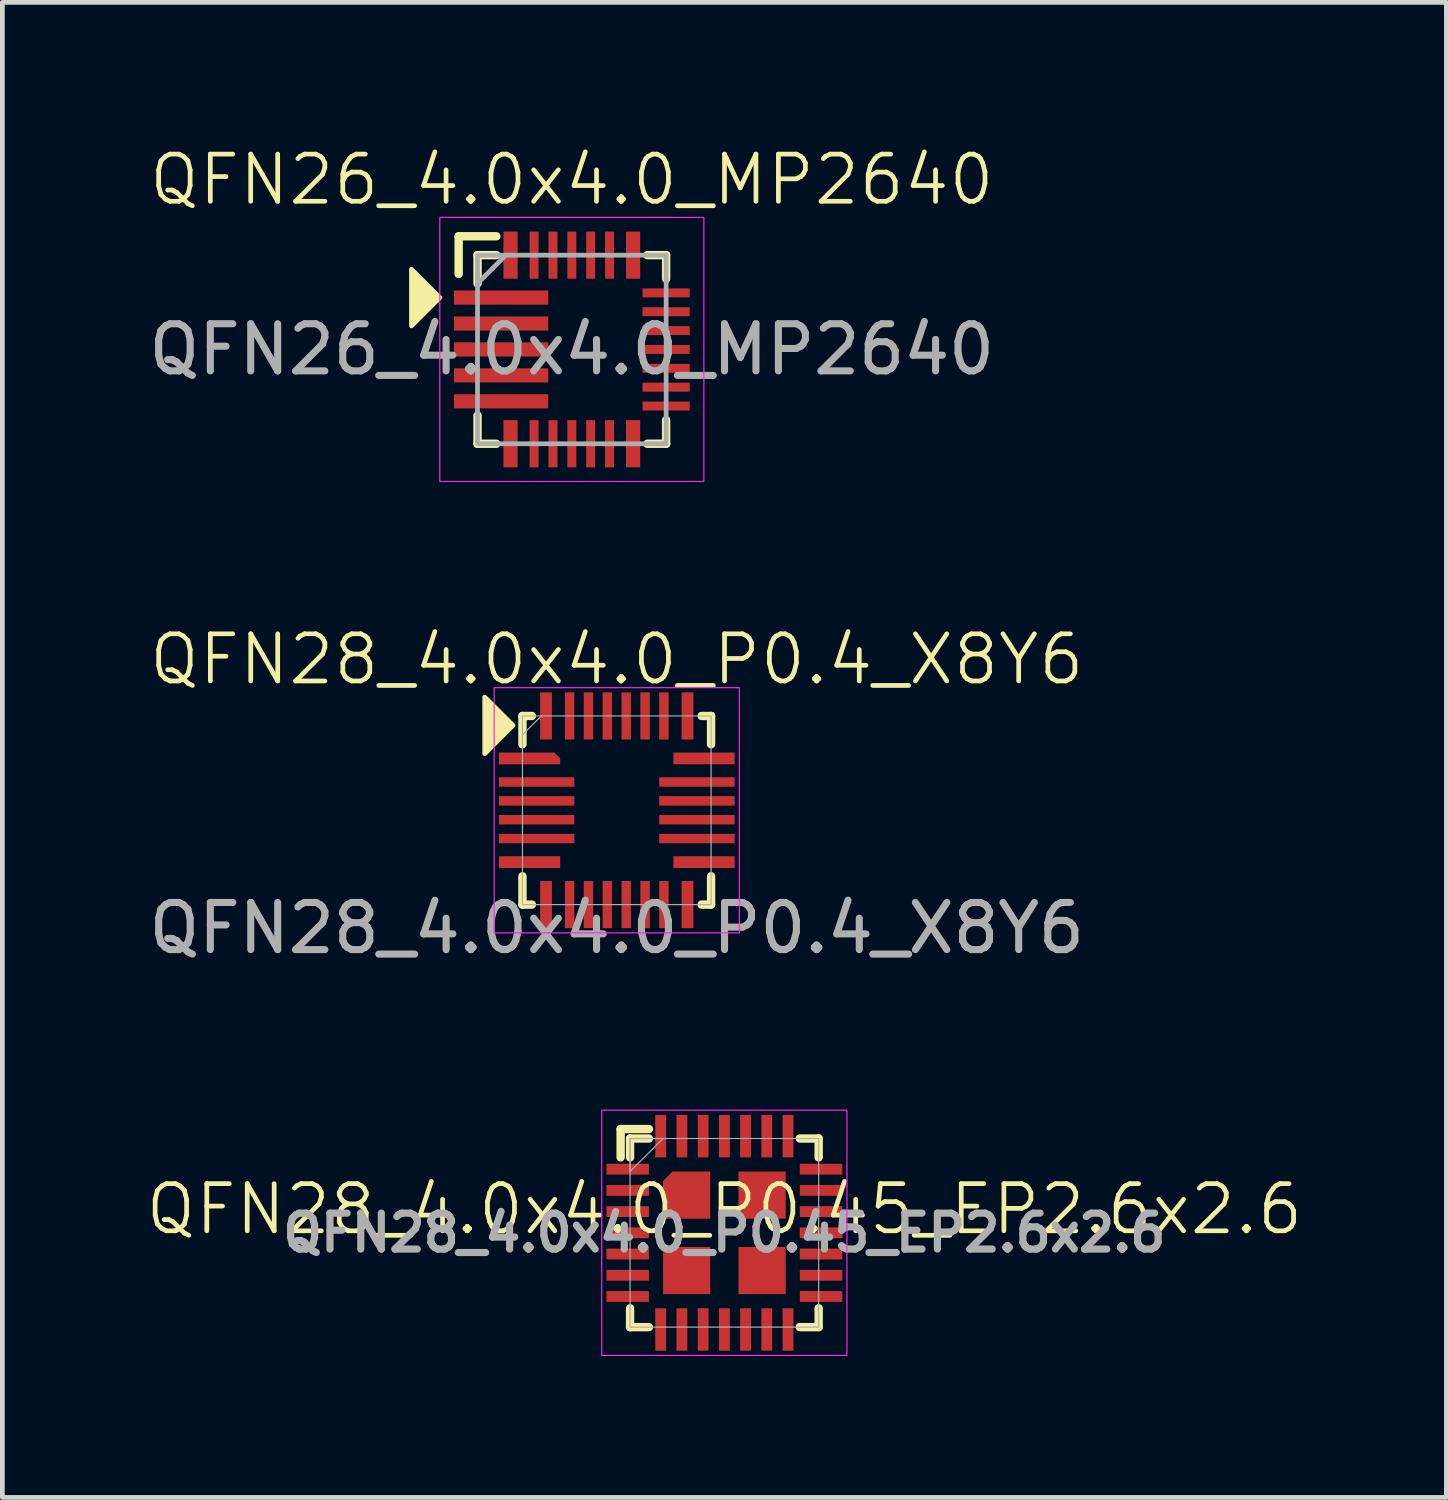
<source format=kicad_pcb>
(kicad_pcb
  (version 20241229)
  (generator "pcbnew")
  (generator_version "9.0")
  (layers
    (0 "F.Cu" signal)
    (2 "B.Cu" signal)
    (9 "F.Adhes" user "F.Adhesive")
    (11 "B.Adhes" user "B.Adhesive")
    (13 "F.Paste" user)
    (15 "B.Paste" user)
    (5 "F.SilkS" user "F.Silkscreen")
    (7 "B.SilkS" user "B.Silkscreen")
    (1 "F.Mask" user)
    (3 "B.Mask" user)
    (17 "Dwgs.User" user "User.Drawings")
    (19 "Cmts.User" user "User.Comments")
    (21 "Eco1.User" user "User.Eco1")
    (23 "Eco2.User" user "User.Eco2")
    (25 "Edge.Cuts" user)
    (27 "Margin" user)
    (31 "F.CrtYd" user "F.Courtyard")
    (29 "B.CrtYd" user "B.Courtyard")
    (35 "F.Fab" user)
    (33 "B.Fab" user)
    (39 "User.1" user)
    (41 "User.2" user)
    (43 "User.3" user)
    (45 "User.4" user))
  (footprint "QFN26_4.0x4.0_MP2640"
    (layer "F.Cu")
    (at 9.077 4.361)
    (property "Reference" "QFN26_4.0x4.0_MP2640" (at 0 -3.6 0) (unlocked yes) (layer "F.SilkS") (effects (font (size 1 1) (thickness 0.1))))
    (attr smd)
    (fp_line (start -2.4 -2.4) (end -1.6 -2.4) (stroke (width 0.178) (type default)) (layer "F.SilkS"))
    (fp_line (start -2.4 -1.6) (end -2.4 -2.4) (stroke (width 0.178) (type default)) (layer "F.SilkS"))
    (fp_line (start -2 -2) (end -1.6 -2) (stroke (width 0.178) (type default)) (layer "F.SilkS"))
    (fp_line (start -2 -1.4) (end -2 -2) (stroke (width 0.178) (type default)) (layer "F.SilkS"))
    (fp_line (start -2 1.4) (end -2 2) (stroke (width 0.178) (type default)) (layer "F.SilkS"))
    (fp_line (start -2 2) (end -1.6 2) (stroke (width 0.178) (type default)) (layer "F.SilkS"))
    (fp_line (start 1.6 -2) (end 2 -2) (stroke (width 0.178) (type default)) (layer "F.SilkS"))
    (fp_line (start 1.6 2) (end 2 2) (stroke (width 0.178) (type default)) (layer "F.SilkS"))
    (fp_line (start 2 -2) (end 2 -1.5) (stroke (width 0.178) (type default)) (layer "F.SilkS"))
    (fp_line (start 2 2) (end 2 1.5) (stroke (width 0.178) (type default)) (layer "F.SilkS"))
    (fp_poly (pts (xy -2.8 -1.1) (xy -3.4 -1.7) (xy -3.4 -0.5)) (stroke (width 0.1) (type solid)) (fill yes) (layer "F.SilkS"))
    (fp_rect (start -2.8 -2.8) (end 2.8 2.8) (stroke (width 0.025) (type default)) (fill no) (layer "F.CrtYd"))
    (fp_line (start -2 -1.4) (end -1.4 -2) (stroke (width 0.1) (type default)) (layer "F.Fab"))
    (fp_rect (start -2 -2) (end 2 2) (stroke (width 0.1) (type default)) (fill no) (layer "F.Fab"))
    (fp_text user "${REFERENCE}" (at 0 0 0) (unlocked yes) (layer "F.Fab") (effects (font (size 1 1) (thickness 0.15))))
    (pad "1" smd rect (at -1.5 -1.1) (size 2 0.3) (layers "F.Cu" "F.Mask" "F.Paste"))
    (pad "2" smd rect (at -1.5 -0.55) (size 2 0.3) (layers "F.Cu" "F.Mask" "F.Paste"))
    (pad "3" smd rect (at -1.5 0) (size 2 0.3) (layers "F.Cu" "F.Mask" "F.Paste"))
    (pad "4" smd rect (at -1.5 0.55) (size 2 0.3) (layers "F.Cu" "F.Mask" "F.Paste"))
    (pad "5" smd rect (at -1.5 1.1) (size 2 0.3) (layers "F.Cu" "F.Mask" "F.Paste"))
    (pad "6" smd rect (at -1.3 2) (size 0.3 1) (layers "F.Cu" "F.Mask" "F.Paste"))
    (pad "7" smd rect (at -0.8 2) (size 0.19 1) (layers "F.Cu" "F.Mask" "F.Paste"))
    (pad "8" smd rect (at -0.4 2) (size 0.19 1) (layers "F.Cu" "F.Mask" "F.Paste"))
    (pad "9" smd rect (at 0 2) (size 0.19 1) (layers "F.Cu" "F.Mask" "F.Paste"))
    (pad "10" smd rect (at 0.4 2) (size 0.19 1) (layers "F.Cu" "F.Mask" "F.Paste"))
    (pad "11" smd rect (at 0.8 2) (size 0.19 1) (layers "F.Cu" "F.Mask" "F.Paste"))
    (pad "12" smd rect (at 1.3 2) (size 0.3 1) (layers "F.Cu" "F.Mask" "F.Paste"))
    (pad "13" smd rect (at 2 1.2) (size 1 0.19) (layers "F.Cu" "F.Mask" "F.Paste"))
    (pad "14" smd rect (at 2 0.8) (size 1 0.19) (layers "F.Cu" "F.Mask" "F.Paste"))
    (pad "15" smd rect (at 2 0.4) (size 1 0.19) (layers "F.Cu" "F.Mask" "F.Paste"))
    (pad "16" smd rect (at 2 0) (size 1 0.19) (layers "F.Cu" "F.Mask" "F.Paste"))
    (pad "17" smd rect (at 2 -0.4) (size 1 0.19) (layers "F.Cu" "F.Mask" "F.Paste"))
    (pad "18" smd rect (at 2 -0.8) (size 1 0.19) (layers "F.Cu" "F.Mask" "F.Paste"))
    (pad "19" smd rect (at 2 -1.2) (size 1 0.19) (layers "F.Cu" "F.Mask" "F.Paste"))
    (pad "20" smd rect (at 1.3 -2) (size 0.3 1) (layers "F.Cu" "F.Mask" "F.Paste"))
    (pad "21" smd rect (at 0.8 -2) (size 0.19 1) (layers "F.Cu" "F.Mask" "F.Paste"))
    (pad "22" smd rect (at 0.4 -2) (size 0.19 1) (layers "F.Cu" "F.Mask" "F.Paste"))
    (pad "23" smd rect (at 0 -2) (size 0.19 1) (layers "F.Cu" "F.Mask" "F.Paste"))
    (pad "24" smd rect (at -0.4 -2) (size 0.19 1) (layers "F.Cu" "F.Mask" "F.Paste"))
    (pad "25" smd rect (at -0.8 -2) (size 0.19 1) (layers "F.Cu" "F.Mask" "F.Paste"))
    (pad "26" smd rect (at -1.3 -2) (size 0.3 1) (layers "F.Cu" "F.Mask" "F.Paste")))
  (footprint "QFN28_4.0x4.0_P0.4_X8Y6"
    (layer "F.Cu")
    (at 10.03 14.134)
    (property "Reference" "QFN28_4.0x4.0_P0.4_X8Y6" (at 0 -3.2 0) (unlocked yes) (layer "F.SilkS") (effects (font (size 1 1) (thickness 0.1))))
    (attr smd)
    (fp_line (start -2 -2) (end -2 -1.4) (stroke (width 0.178) (type default)) (layer "F.SilkS"))
    (fp_line (start -2 1.4) (end -2 2) (stroke (width 0.178) (type default)) (layer "F.SilkS"))
    (fp_line (start -2 2) (end -1.8 2) (stroke (width 0.178) (type default)) (layer "F.SilkS"))
    (fp_line (start -1.8 -2) (end -2 -2) (stroke (width 0.178) (type default)) (layer "F.SilkS"))
    (fp_line (start 1.8 -2) (end 2 -2) (stroke (width 0.178) (type default)) (layer "F.SilkS"))
    (fp_line (start 1.8 2) (end 2 2) (stroke (width 0.178) (type default)) (layer "F.SilkS"))
    (fp_line (start 2 -2) (end 2 -1.4) (stroke (width 0.178) (type default)) (layer "F.SilkS"))
    (fp_line (start 2 2) (end 2 1.4) (stroke (width 0.178) (type default)) (layer "F.SilkS"))
    (fp_poly (pts (xy -2.2 -1.8) (xy -2.8 -2.4) (xy -2.8 -1.2)) (stroke (width 0.1) (type solid)) (fill yes) (layer "F.SilkS"))
    (fp_rect (start -2.6 -2.6) (end 2.6 2.6) (stroke (width 0.025) (type default)) (fill no) (layer "F.CrtYd"))
    (fp_line (start -2 -1.6) (end -1.6 -2) (stroke (width 0.025) (type default)) (layer "F.Fab"))
    (fp_rect (start -2 -2) (end 2 2) (stroke (width 0.025) (type default)) (fill no) (layer "F.Fab"))
    (fp_text user "${REFERENCE}" (at 0 2.5 0) (unlocked yes) (layer "F.Fab") (effects (font (size 1 1) (thickness 0.15))))
    (pad "1" smd roundrect (at -1.85 -1.1) (size 1.3 0.25) (layers "F.Cu" "F.Mask" "F.Paste") (roundrect_rratio 0) (chamfer_ratio 0.5) (chamfer top_right))
    (pad "2" smd rect (at -1.7 -0.6) (size 1.6 0.2) (layers "F.Cu" "F.Mask" "F.Paste"))
    (pad "3" smd rect (at -1.7 -0.2) (size 1.6 0.2) (layers "F.Cu" "F.Mask" "F.Paste"))
    (pad "4" smd rect (at -1.7 0.2) (size 1.6 0.2) (layers "F.Cu" "F.Mask" "F.Paste"))
    (pad "5" smd rect (at -1.7 0.6) (size 1.6 0.2) (layers "F.Cu" "F.Mask" "F.Paste"))
    (pad "6" smd rect (at -1.85 1.1) (size 1.3 0.25) (layers "F.Cu" "F.Mask" "F.Paste"))
    (pad "7" smd rect (at -1.5 2) (size 0.25 1) (layers "F.Cu" "F.Mask" "F.Paste"))
    (pad "8" smd rect (at -1 2) (size 0.2 1) (layers "F.Cu" "F.Mask" "F.Paste"))
    (pad "9" smd rect (at -0.6 2) (size 0.2 1) (layers "F.Cu" "F.Mask" "F.Paste"))
    (pad "10" smd rect (at -0.2 2) (size 0.2 1) (layers "F.Cu" "F.Mask" "F.Paste"))
    (pad "11" smd rect (at 0.2 2) (size 0.2 1) (layers "F.Cu" "F.Mask" "F.Paste"))
    (pad "12" smd rect (at 0.6 2) (size 0.2 1) (layers "F.Cu" "F.Mask" "F.Paste"))
    (pad "13" smd rect (at 1 2) (size 0.2 1) (layers "F.Cu" "F.Mask" "F.Paste"))
    (pad "14" smd rect (at 1.5 2) (size 0.25 1) (layers "F.Cu" "F.Mask" "F.Paste"))
    (pad "15" smd rect (at 1.85 1.1) (size 1.3 0.25) (layers "F.Cu" "F.Mask" "F.Paste"))
    (pad "16" smd rect (at 1.7 0.6) (size 1.6 0.2) (layers "F.Cu" "F.Mask" "F.Paste"))
    (pad "17" smd rect (at 1.7 0.2) (size 1.6 0.2) (layers "F.Cu" "F.Mask" "F.Paste"))
    (pad "18" smd rect (at 1.7 -0.2) (size 1.6 0.2) (layers "F.Cu" "F.Mask" "F.Paste"))
    (pad "19" smd rect (at 1.7 -0.6) (size 1.6 0.2) (layers "F.Cu" "F.Mask" "F.Paste"))
    (pad "20" smd rect (at 1.85 -1.1) (size 1.3 0.25) (layers "F.Cu" "F.Mask" "F.Paste"))
    (pad "21" smd rect (at 1.5 -2) (size 0.25 1) (layers "F.Cu" "F.Mask" "F.Paste"))
    (pad "22" smd rect (at 1 -2) (size 0.2 1) (layers "F.Cu" "F.Mask" "F.Paste"))
    (pad "23" smd rect (at 0.6 -2) (size 0.2 1) (layers "F.Cu" "F.Mask" "F.Paste"))
    (pad "24" smd rect (at 0.2 -2) (size 0.2 1) (layers "F.Cu" "F.Mask" "F.Paste"))
    (pad "25" smd rect (at -0.2 -2) (size 0.2 1) (layers "F.Cu" "F.Mask" "F.Paste"))
    (pad "26" smd rect (at -0.6 -2) (size 0.2 1) (layers "F.Cu" "F.Mask" "F.Paste"))
    (pad "27" smd rect (at -1 -2) (size 0.2 1) (layers "F.Cu" "F.Mask" "F.Paste"))
    (pad "28" smd rect (at -1.5 -2) (size 0.25 1) (layers "F.Cu" "F.Mask" "F.Paste")))
  (footprint "QFN28_4.0x4.0_P0.45_EP2.6x2.6"
    (layer "F.Cu")
    (at 12.312 23.095)
    (property "Reference" "QFN28_4.0x4.0_P0.45_EP2.6x2.6" (at 0 -0.5 0) (unlocked yes) (layer "F.SilkS") (effects (font (size 1 1) (thickness 0.1))))
    (attr smd)
    (fp_line (start -2.2 -2.2) (end -1.6 -2.2) (stroke (width 0.178) (type solid)) (layer "F.SilkS"))
    (fp_line (start -2.2 -1.6) (end -2.2 -2.2) (stroke (width 0.178) (type solid)) (layer "F.SilkS"))
    (fp_line (start -2 -2) (end -1.6 -2) (stroke (width 0.178) (type solid)) (layer "F.SilkS"))
    (fp_line (start -2 -1.6) (end -2 -2) (stroke (width 0.178) (type solid)) (layer "F.SilkS"))
    (fp_line (start -2 1.6) (end -2 2) (stroke (width 0.178) (type solid)) (layer "F.SilkS"))
    (fp_line (start -2 2) (end -1.6 2) (stroke (width 0.178) (type solid)) (layer "F.SilkS"))
    (fp_line (start 1.6 -2) (end 2 -2) (stroke (width 0.178) (type solid)) (layer "F.SilkS"))
    (fp_line (start 2 -2) (end 2 -1.6) (stroke (width 0.178) (type solid)) (layer "F.SilkS"))
    (fp_line (start 2 1.6) (end 2 2) (stroke (width 0.178) (type solid)) (layer "F.SilkS"))
    (fp_line (start 2 2) (end 1.6 2) (stroke (width 0.178) (type solid)) (layer "F.SilkS"))
    (fp_rect (start -2.6 -2.6) (end 2.6 2.6) (stroke (width 0.025) (type solid)) (fill no) (layer "F.CrtYd"))
    (fp_rect (start -2 -2) (end 2 2) (stroke (width 0.025) (type solid)) (fill no) (layer "F.Fab"))
    (fp_poly (pts (xy -2 -2) (xy -2 -1.3) (xy -1.3 -2)) (stroke (width 0.025) (type solid)) (fill no) (layer "F.Fab"))
    (fp_text user "${REFERENCE}" (at 0 0 0) (unlocked yes) (layer "F.Fab") (effects (font (size 0.762 0.762) (thickness 0.152) (bold yes))))
    (pad "1" smd rect (at -2.05 -1.35) (size 0.9 0.23) (layers "F.Cu" "F.Mask" "F.Paste"))
    (pad "2" smd rect (at -2.05 -0.9) (size 0.9 0.23) (layers "F.Cu" "F.Mask" "F.Paste"))
    (pad "3" smd rect (at -2.05 -0.45) (size 0.9 0.23) (layers "F.Cu" "F.Mask" "F.Paste"))
    (pad "4" smd rect (at -2.05 0) (size 0.9 0.23) (layers "F.Cu" "F.Mask" "F.Paste"))
    (pad "5" smd rect (at -2.05 0.45) (size 0.9 0.23) (layers "F.Cu" "F.Mask" "F.Paste"))
    (pad "6" smd rect (at -2.05 0.9) (size 0.9 0.23) (layers "F.Cu" "F.Mask" "F.Paste"))
    (pad "7" smd rect (at -2.05 1.35) (size 0.9 0.23) (layers "F.Cu" "F.Mask" "F.Paste"))
    (pad "8" smd rect (at -1.35 2.05) (size 0.23 0.9) (layers "F.Cu" "F.Mask" "F.Paste"))
    (pad "9" smd rect (at -0.9 2.05) (size 0.23 0.9) (layers "F.Cu" "F.Mask" "F.Paste"))
    (pad "10" smd rect (at -0.45 2.05) (size 0.23 0.9) (layers "F.Cu" "F.Mask" "F.Paste"))
    (pad "11" smd rect (at 0 2.05) (size 0.23 0.9) (layers "F.Cu" "F.Mask" "F.Paste"))
    (pad "12" smd rect (at 0.45 2.05) (size 0.23 0.9) (layers "F.Cu" "F.Mask" "F.Paste"))
    (pad "13" smd rect (at 0.9 2.05) (size 0.23 0.9) (layers "F.Cu" "F.Mask" "F.Paste"))
    (pad "14" smd rect (at 1.35 2.05) (size 0.23 0.9) (layers "F.Cu" "F.Mask" "F.Paste"))
    (pad "15" smd rect (at 2.05 1.35) (size 0.9 0.23) (layers "F.Cu" "F.Mask" "F.Paste"))
    (pad "16" smd rect (at 2.05 0.9) (size 0.9 0.23) (layers "F.Cu" "F.Mask" "F.Paste"))
    (pad "17" smd rect (at 2.05 0.45) (size 0.9 0.23) (layers "F.Cu" "F.Mask" "F.Paste"))
    (pad "18" smd rect (at 2.05 0) (size 0.9 0.23) (layers "F.Cu" "F.Mask" "F.Paste"))
    (pad "19" smd rect (at 2.05 -0.45) (size 0.9 0.23) (layers "F.Cu" "F.Mask" "F.Paste"))
    (pad "20" smd rect (at 2.05 -0.9) (size 0.9 0.23) (layers "F.Cu" "F.Mask" "F.Paste"))
    (pad "21" smd rect (at 2.05 -1.35) (size 0.9 0.23) (layers "F.Cu" "F.Mask" "F.Paste"))
    (pad "22" smd rect (at 1.35 -2.05) (size 0.23 0.9) (layers "F.Cu" "F.Mask" "F.Paste"))
    (pad "23" smd rect (at 0.9 -2.05) (size 0.23 0.9) (layers "F.Cu" "F.Mask" "F.Paste"))
    (pad "24" smd rect (at 0.45 -2.05) (size 0.23 0.9) (layers "F.Cu" "F.Mask" "F.Paste"))
    (pad "25" smd rect (at 0 -2.05) (size 0.23 0.9) (layers "F.Cu" "F.Mask" "F.Paste"))
    (pad "26" smd rect (at -0.45 -2.05) (size 0.23 0.9) (layers "F.Cu" "F.Mask" "F.Paste"))
    (pad "27" smd rect (at -0.9 -2.05) (size 0.23 0.9) (layers "F.Cu" "F.Mask" "F.Paste"))
    (pad "28" smd rect (at -1.35 -2.05) (size 0.23 0.9) (layers "F.Cu" "F.Mask" "F.Paste"))
    (pad "29" smd roundrect (at -0.8 -0.8) (size 1 1) (layers "F.Cu" "F.Mask" "F.Paste") (roundrect_rratio 0) (chamfer_ratio 0.2) (chamfer top_left))
    (pad "29" smd rect (at -0.8 0.8) (size 1 1) (layers "F.Cu" "F.Mask" "F.Paste"))
    (pad "29" smd rect (at 0.8 -0.8) (size 1 1) (layers "F.Cu" "F.Mask" "F.Paste"))
    (pad "29" smd rect (at 0.8 0.8) (size 1 1) (layers "F.Cu" "F.Mask" "F.Paste")))
  (gr_rect
    (start -3 -3)
    (end 27.624 28.707)
    (stroke (width 0.1) (type default))
    (fill no)
    (layer "Edge.Cuts")))
</source>
